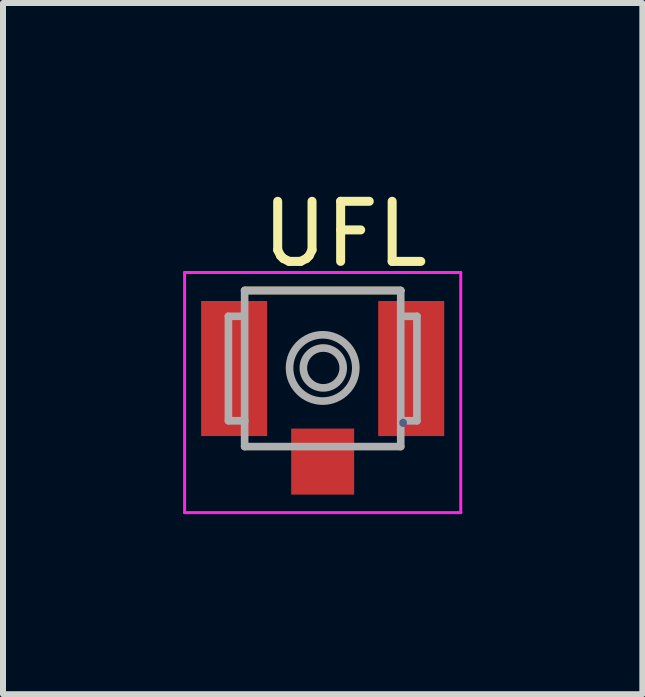
<source format=kicad_pcb>
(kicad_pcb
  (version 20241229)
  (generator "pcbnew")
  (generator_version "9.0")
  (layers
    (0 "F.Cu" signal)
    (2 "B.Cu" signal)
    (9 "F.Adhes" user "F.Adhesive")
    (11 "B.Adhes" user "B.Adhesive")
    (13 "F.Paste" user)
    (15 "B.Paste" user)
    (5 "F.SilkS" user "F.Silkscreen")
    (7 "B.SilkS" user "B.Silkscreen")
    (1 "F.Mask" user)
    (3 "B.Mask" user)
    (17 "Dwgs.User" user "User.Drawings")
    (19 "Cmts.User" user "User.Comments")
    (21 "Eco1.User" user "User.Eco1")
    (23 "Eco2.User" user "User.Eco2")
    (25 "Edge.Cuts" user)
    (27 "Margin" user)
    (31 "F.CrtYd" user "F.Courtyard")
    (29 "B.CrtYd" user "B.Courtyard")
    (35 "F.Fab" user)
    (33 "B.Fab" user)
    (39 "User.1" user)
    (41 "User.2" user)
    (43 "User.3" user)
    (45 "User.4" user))
  (footprint "UFL"
    (layer "F.Cu")
    (at 2.325 3.089)
    (property "Reference" "UFL" (at 0.371 -2.24 0) (layer "F.SilkS") (effects (font (size 1.001 1.001) (thickness 0.15))))
    (attr smd)
    (fp_line (start 1.3 -1.3) (end -1.3 -1.3) (stroke (width 0.127) (type solid)) (layer "F.SilkS"))
    (fp_line (start -2.3 -1.6) (end -2.3 2.4) (stroke (width 0.05) (type solid)) (layer "F.CrtYd"))
    (fp_line (start -2.3 2.4) (end 2.3 2.4) (stroke (width 0.05) (type solid)) (layer "F.CrtYd"))
    (fp_line (start 2.3 -1.6) (end -2.3 -1.6) (stroke (width 0.05) (type solid)) (layer "F.CrtYd"))
    (fp_line (start 2.3 2.4) (end 2.3 -1.6) (stroke (width 0.05) (type solid)) (layer "F.CrtYd"))
    (fp_line (start 1.34 0.9) (end 1.34 0.91) (stroke (width 0.127) (type solid)) (layer "B.Fab"))
    (fp_line (start -1.57 -0.87) (end -1.57 0.87) (stroke (width 0.127) (type solid)) (layer "F.Fab"))
    (fp_line (start -1.57 -0.87) (end -1.33 -0.87) (stroke (width 0.127) (type solid)) (layer "F.Fab"))
    (fp_line (start -1.57 0.87) (end -1.3 0.87) (stroke (width 0.127) (type solid)) (layer "F.Fab"))
    (fp_line (start -1.33 -0.87) (end -1.33 -0.88) (stroke (width 0.127) (type solid)) (layer "F.Fab"))
    (fp_line (start -1.3 -1.3) (end 1.3 -1.3) (stroke (width 0.127) (type solid)) (layer "F.Fab"))
    (fp_line (start -1.3 0.87) (end -1.3 -1.3) (stroke (width 0.127) (type solid)) (layer "F.Fab"))
    (fp_line (start -1.3 1.3) (end -1.3 0.87) (stroke (width 0.127) (type solid)) (layer "F.Fab"))
    (fp_line (start -1.3 1.3) (end 1.3 1.3) (stroke (width 0.127) (type solid)) (layer "F.Fab"))
    (fp_line (start 1.3 -1.3) (end 1.3 1.3) (stroke (width 0.127) (type solid)) (layer "F.Fab"))
    (fp_line (start 1.38 -0.87) (end 1.57 -0.87) (stroke (width 0.127) (type solid)) (layer "F.Fab"))
    (fp_line (start 1.57 -0.87) (end 1.57 0.87) (stroke (width 0.127) (type solid)) (layer "F.Fab"))
    (fp_line (start 1.57 0.87) (end 1.34 0.87) (stroke (width 0.127) (type solid)) (layer "F.Fab"))
    (fp_circle (center 0 -0.01) (end 0.552 -0.01) (stroke (width 0.127) (type solid)) (fill no) (layer "F.Fab"))
    (fp_circle (center 0.01 -0.01) (end 0.342 -0.01) (stroke (width 0.127) (type solid)) (fill no) (layer "F.Fab"))
    (pad "1" smd rect (at -1.475 0) (size 1.1 2.25) (layers "F.Cu" "F.Mask" "F.Paste"))
    (pad "2" smd rect (at 1.475 0) (size 1.1 2.25) (layers "F.Cu" "F.Mask" "F.Paste"))
    (pad "3" smd rect (at 0 1.55) (size 1.05 1.1) (layers "F.Cu" "F.Mask" "F.Paste"))
    (zone (net_name "") (layer "F.Cu") (hatch full 0.508) (connect_pads) (min_thickness 0.01) (filled_areas_thickness no) (keepout (tracks not_allowed) (vias not_allowed) (pads not_allowed) (copperpour not_allowed) (footprints allowed)) (placement (enabled no)) (fill) (polygon (pts (xy 1.422 1.939) (xy 3.225 1.939) (xy 3.225 4.052) (xy 1.422 4.052)))))
  (gr_rect
    (start -3 -3)
    (end 7.65 8.514)
    (stroke (width 0.1) (type default))
    (fill no)
    (layer "Edge.Cuts")))
</source>
